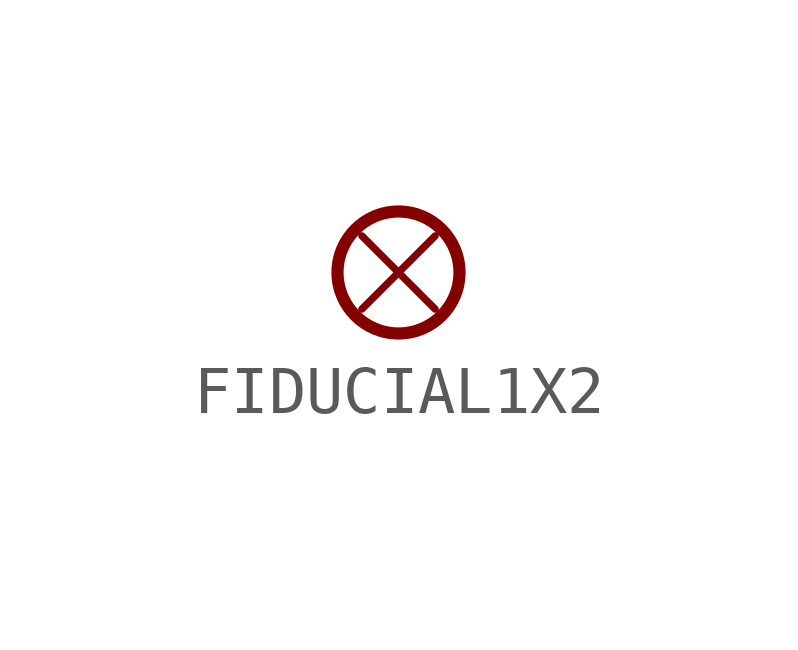
<source format=kicad_sym>
(kicad_symbol_lib
  (version 20211014)
  (generator kicad_symbol_editor)
  (symbol "FIDUCIAL1X2"
    (pin_names
      (offset 1.016))
    (property "Reference" "FID"
      (at 0 0 0)
      (effects (font (size 1.27 1.27)) hide))
    (property "ki_locked" ""
      (at 0 0 0)
      (effects (font (size 1.27 1.27))))
    (symbol "FIDUCIAL1X2_1_0"
      (polyline (pts (xy -0.762 0.762) (xy 0.762 -0.762)) (stroke (width 0) (type default) (color 0 0 0 0)) (fill (type none)))
      (polyline (pts (xy 0.762 0.762) (xy -0.762 -0.762)) (stroke (width 0) (type default) (color 0 0 0 0)) (fill (type none)))
      (circle (center 0 0) (radius 1.27) (stroke (width 0.254) (type default) (color 0 0 0 0)) (fill (type none))))))
</source>
